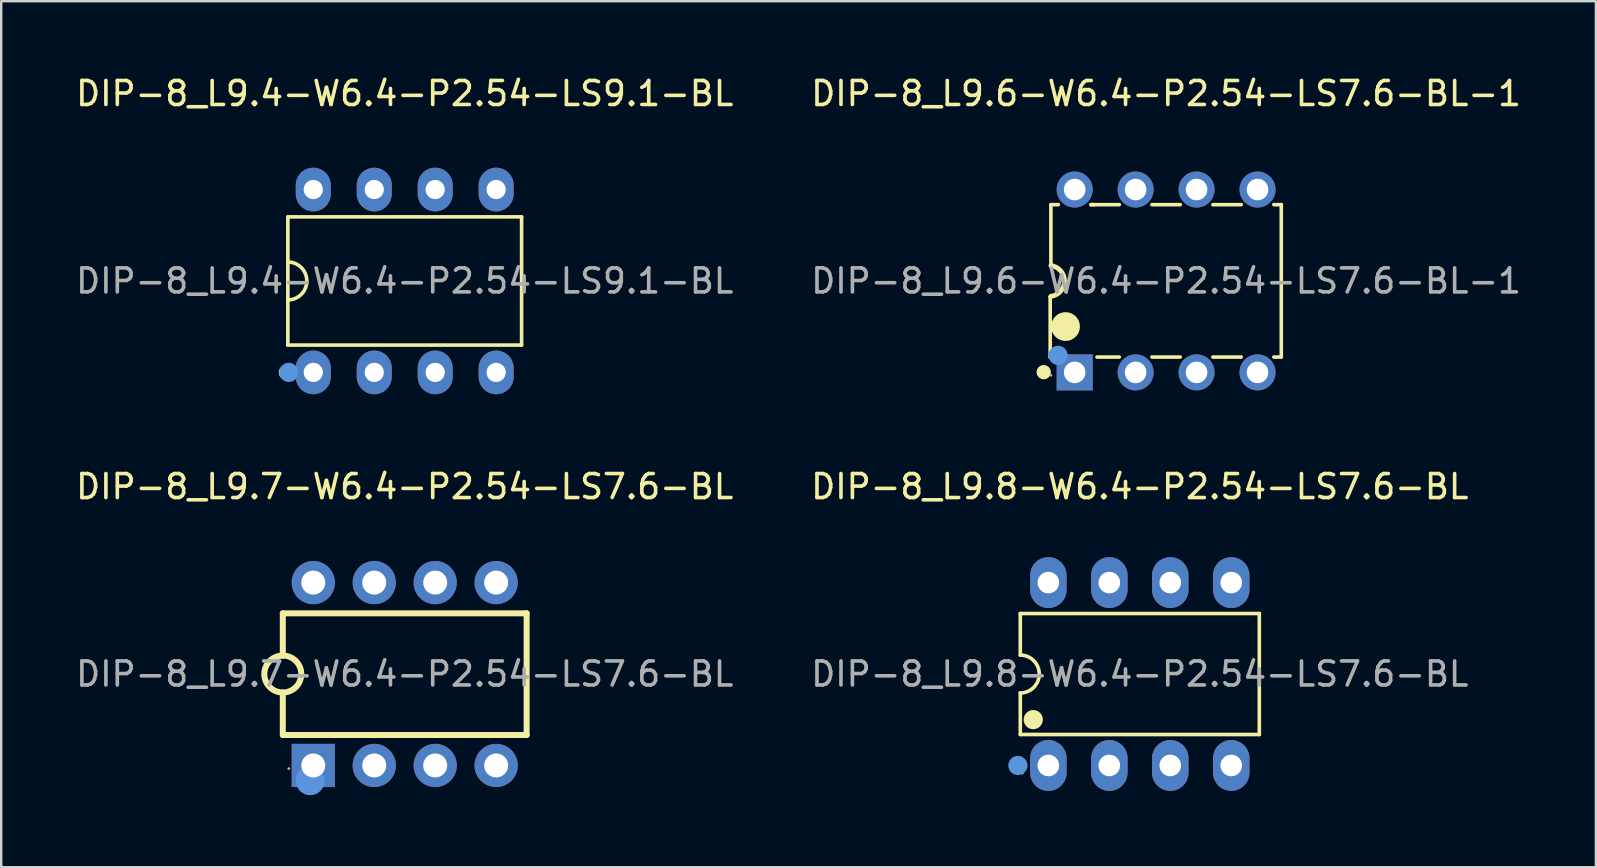
<source format=kicad_pcb>
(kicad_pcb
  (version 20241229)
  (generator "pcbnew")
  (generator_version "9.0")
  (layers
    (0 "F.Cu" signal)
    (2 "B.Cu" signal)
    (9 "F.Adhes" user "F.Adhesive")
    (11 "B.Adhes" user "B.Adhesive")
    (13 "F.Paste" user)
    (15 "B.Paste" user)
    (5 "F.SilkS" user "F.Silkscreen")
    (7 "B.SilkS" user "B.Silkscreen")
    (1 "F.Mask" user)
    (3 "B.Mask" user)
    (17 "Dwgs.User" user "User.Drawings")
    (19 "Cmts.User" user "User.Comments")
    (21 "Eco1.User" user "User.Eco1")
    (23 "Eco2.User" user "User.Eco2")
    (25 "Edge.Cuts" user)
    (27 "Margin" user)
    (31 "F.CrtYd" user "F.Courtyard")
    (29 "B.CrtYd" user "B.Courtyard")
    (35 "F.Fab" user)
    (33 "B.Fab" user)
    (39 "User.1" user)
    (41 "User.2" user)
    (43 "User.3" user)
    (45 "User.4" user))
  (footprint "DIP-8_L9.8-W6.4-P2.54-LS7.6-BL"
    (layer "F.Cu")
    (at 44.446 25.037)
    (property "Reference" "DIP-8_L9.8-W6.4-P2.54-LS7.6-BL" (at 0 -7.81 0) (layer "F.SilkS") (effects (font (size 1 1) (thickness 0.15))))
    (attr through_hole)
    (fp_line (start -4.98 -2.52) (end -4.98 -0.79) (stroke (width 0.15) (type solid)) (layer "F.SilkS"))
    (fp_line (start -4.98 0.79) (end -4.98 2.52) (stroke (width 0.15) (type solid)) (layer "F.SilkS"))
    (fp_line (start -4.98 2.52) (end 4.98 2.52) (stroke (width 0.15) (type solid)) (layer "F.SilkS"))
    (fp_line (start 4.98 -2.52) (end -4.98 -2.52) (stroke (width 0.15) (type solid)) (layer "F.SilkS"))
    (fp_line (start 4.98 2.52) (end 4.98 -2.52) (stroke (width 0.15) (type solid)) (layer "F.SilkS"))
    (fp_arc (start -4.98 -0.79) (mid -4.19 0) (end -4.98 0.79) (stroke (width 0.15) (type solid)) (layer "F.SilkS"))
    (fp_circle (center -5.08 3.81) (end -4.93 3.81) (stroke (width 0.3) (type solid)) (fill no) (layer "F.SilkS"))
    (fp_circle (center -4.44 1.9) (end -4.24 1.9) (stroke (width 0.4) (type solid)) (fill no) (layer "F.SilkS"))
    (fp_circle (center -5.08 3.81) (end -4.88 3.81) (stroke (width 0.4) (type solid)) (fill no) (layer "Cmts.User"))
    (fp_circle (center -4.9 4.13) (end -4.87 4.13) (stroke (width 0.06) (type solid)) (fill no) (layer "F.Fab"))
    (fp_text user "${REFERENCE}" (at 0 0 0) (layer "F.Fab") (effects (font (size 1 1) (thickness 0.15))))
    (pad "1" thru_hole oval (at -3.81 3.81) (size 1.52 2.12) (drill 0.9) (layers "*.Cu" "*.Paste" "*.Mask"))
    (pad "2" thru_hole oval (at -1.27 3.81) (size 1.52 2.12) (drill 0.9) (layers "*.Cu" "*.Paste" "*.Mask"))
    (pad "3" thru_hole oval (at 1.27 3.81) (size 1.52 2.12) (drill 0.9) (layers "*.Cu" "*.Paste" "*.Mask"))
    (pad "4" thru_hole oval (at 3.81 3.81) (size 1.52 2.12) (drill 0.9) (layers "*.Cu" "*.Paste" "*.Mask"))
    (pad "5" thru_hole oval (at 3.81 -3.81) (size 1.52 2.12) (drill 0.9) (layers "*.Cu" "*.Paste" "*.Mask"))
    (pad "6" thru_hole oval (at 1.27 -3.81) (size 1.52 2.12) (drill 0.9) (layers "*.Cu" "*.Paste" "*.Mask"))
    (pad "7" thru_hole oval (at -1.27 -3.81) (size 1.52 2.12) (drill 0.9) (layers "*.Cu" "*.Paste" "*.Mask"))
    (pad "8" thru_hole oval (at -3.81 -3.81) (size 1.52 2.12) (drill 0.9) (layers "*.Cu" "*.Paste" "*.Mask")))
  (footprint "DIP-8_L9.4-W6.4-P2.54-LS9.1-BL"
    (layer "F.Cu")
    (at 13.815 8.658)
    (property "Reference" "DIP-8_L9.4-W6.4-P2.54-LS9.1-BL" (at 0 -7.81 0) (layer "F.SilkS") (effects (font (size 1 1) (thickness 0.15))))
    (attr through_hole)
    (fp_line (start -4.87 -2.67) (end 4.87 -2.67) (stroke (width 0.15) (type solid)) (layer "F.SilkS"))
    (fp_line (start -4.87 2.67) (end -4.87 -2.67) (stroke (width 0.15) (type solid)) (layer "F.SilkS"))
    (fp_line (start 4.87 -2.67) (end 4.87 2.67) (stroke (width 0.15) (type solid)) (layer "F.SilkS"))
    (fp_line (start 4.87 2.67) (end -4.87 2.67) (stroke (width 0.15) (type solid)) (layer "F.SilkS"))
    (fp_arc (start -4.87 -0.79) (mid -4.08 0) (end -4.87 0.79) (stroke (width 0.15) (type solid)) (layer "F.SilkS"))
    (fp_circle (center -4.95 3.81) (end -4.8 3.81) (stroke (width 0.3) (type solid)) (fill no) (layer "F.SilkS"))
    (fp_circle (center -4.83 3.81) (end -4.63 3.81) (stroke (width 0.4) (type solid)) (fill no) (layer "Cmts.User"))
    (fp_circle (center -4.8 3.93) (end -4.77 3.93) (stroke (width 0.06) (type solid)) (fill no) (layer "F.Fab"))
    (fp_text user "${REFERENCE}" (at 0 0 0) (layer "F.Fab") (effects (font (size 1 1) (thickness 0.15))))
    (pad "1" thru_hole oval (at -3.81 3.81) (size 1.46 1.82) (drill 0.8) (layers "*.Cu" "*.Paste" "*.Mask"))
    (pad "2" thru_hole oval (at -1.27 3.81) (size 1.46 1.82) (drill 0.8) (layers "*.Cu" "*.Paste" "*.Mask"))
    (pad "3" thru_hole oval (at 1.27 3.81) (size 1.46 1.82) (drill 0.8) (layers "*.Cu" "*.Paste" "*.Mask"))
    (pad "4" thru_hole oval (at 3.81 3.81) (size 1.46 1.82) (drill 0.8) (layers "*.Cu" "*.Paste" "*.Mask"))
    (pad "5" thru_hole oval (at 3.81 -3.81) (size 1.46 1.82) (drill 0.8) (layers "*.Cu" "*.Paste" "*.Mask"))
    (pad "6" thru_hole oval (at 1.27 -3.81) (size 1.46 1.82) (drill 0.8) (layers "*.Cu" "*.Paste" "*.Mask"))
    (pad "7" thru_hole oval (at -1.27 -3.81) (size 1.46 1.82) (drill 0.8) (layers "*.Cu" "*.Paste" "*.Mask"))
    (pad "8" thru_hole oval (at -3.81 -3.81) (size 1.46 1.82) (drill 0.8) (layers "*.Cu" "*.Paste" "*.Mask")))
  (footprint "DIP-8_L9.7-W6.4-P2.54-LS7.6-BL"
    (layer "F.Cu")
    (at 13.815 25.037)
    (property "Reference" "DIP-8_L9.7-W6.4-P2.54-LS7.6-BL" (at 0 -7.81 0) (layer "F.SilkS") (effects (font (size 1 1) (thickness 0.15))))
    (attr through_hole)
    (fp_line (start -5.08 -2.53) (end 5.08 -2.53) (stroke (width 0.25) (type solid)) (layer "F.SilkS"))
    (fp_line (start -5.08 -0.76) (end -5.08 -2.53) (stroke (width 0.25) (type solid)) (layer "F.SilkS"))
    (fp_line (start -5.08 2.54) (end -5.08 0.77) (stroke (width 0.25) (type solid)) (layer "F.SilkS"))
    (fp_line (start -5.08 2.54) (end 5.08 2.54) (stroke (width 0.25) (type solid)) (layer "F.SilkS"))
    (fp_line (start 5.08 2.54) (end 5.08 -2.53) (stroke (width 0.25) (type solid)) (layer "F.SilkS"))
    (fp_arc (start -5.093438 0.769883) (mid -5.073281 -0.769971) (end -5.08 0.77) (stroke (width 0.25) (type solid)) (layer "F.SilkS"))
    (fp_circle (center -3.94 4.45) (end -3.64 4.45) (stroke (width 0.6) (type solid)) (fill no) (layer "Cmts.User"))
    (fp_circle (center -4.83 3.94) (end -4.8 3.94) (stroke (width 0.06) (type solid)) (fill no) (layer "F.Fab"))
    (fp_text user "${REFERENCE}" (at 0 0 0) (layer "F.Fab") (effects (font (size 1 1) (thickness 0.15))))
    (pad "1" thru_hole rect (at -3.81 3.81) (size 1.8 1.8) (drill 1) (layers "*.Cu" "*.Paste" "*.Mask"))
    (pad "2" thru_hole circle (at -1.27 3.81) (size 1.8 1.8) (drill 1) (layers "*.Cu" "*.Paste" "*.Mask"))
    (pad "3" thru_hole circle (at 1.27 3.81) (size 1.8 1.8) (drill 1) (layers "*.Cu" "*.Paste" "*.Mask"))
    (pad "4" thru_hole circle (at 3.81 3.81) (size 1.8 1.8) (drill 1) (layers "*.Cu" "*.Paste" "*.Mask"))
    (pad "5" thru_hole circle (at 3.81 -3.81) (size 1.8 1.8) (drill 1) (layers "*.Cu" "*.Paste" "*.Mask"))
    (pad "6" thru_hole circle (at 1.27 -3.81) (size 1.8 1.8) (drill 1) (layers "*.Cu" "*.Paste" "*.Mask"))
    (pad "7" thru_hole circle (at -1.27 -3.81) (size 1.8 1.8) (drill 1) (layers "*.Cu" "*.Paste" "*.Mask"))
    (pad "8" thru_hole circle (at -3.81 -3.81) (size 1.8 1.8) (drill 1) (layers "*.Cu" "*.Paste" "*.Mask")))
  (footprint "DIP-8_L9.6-W6.4-P2.54-LS7.6-BL-1"
    (layer "F.Cu")
    (at 45.542 8.658)
    (property "Reference" "DIP-8_L9.6-W6.4-P2.54-LS7.6-BL-1" (at 0 -7.81 0) (layer "F.SilkS") (effects (font (size 1 1) (thickness 0.15))))
    (attr through_hole)
    (fp_line (start -4.83 0.66) (end -4.8 0.63) (stroke (width 0.15) (type solid)) (layer "F.SilkS"))
    (fp_line (start -4.83 3.17) (end -4.83 0.66) (stroke (width 0.15) (type solid)) (layer "F.SilkS"))
    (fp_line (start -4.8 -3.18) (end -4.49 -3.18) (stroke (width 0.15) (type solid)) (layer "F.SilkS"))
    (fp_line (start -4.8 -0.64) (end -4.8 -3.18) (stroke (width 0.15) (type solid)) (layer "F.SilkS"))
    (fp_line (start -4.74 3.17) (end -4.83 3.17) (stroke (width 0.15) (type solid)) (layer "F.SilkS"))
    (fp_line (start -3.13 -3.18) (end -3 -3.18) (stroke (width 0.15) (type solid)) (layer "F.SilkS"))
    (fp_line (start -3.13 -3.18) (end -1.95 -3.18) (stroke (width 0.15) (type solid)) (layer "F.SilkS"))
    (fp_line (start -1.95 3.17) (end -2.88 3.17) (stroke (width 0.15) (type solid)) (layer "F.SilkS"))
    (fp_line (start -0.59 -3.18) (end 0.59 -3.18) (stroke (width 0.15) (type solid)) (layer "F.SilkS"))
    (fp_line (start 0.59 3.17) (end -0.59 3.17) (stroke (width 0.15) (type solid)) (layer "F.SilkS"))
    (fp_line (start 1.95 -3.18) (end 3.13 -3.18) (stroke (width 0.15) (type solid)) (layer "F.SilkS"))
    (fp_line (start 3.13 3.17) (end 1.95 3.17) (stroke (width 0.15) (type solid)) (layer "F.SilkS"))
    (fp_line (start 4.49 -3.18) (end 4.8 -3.18) (stroke (width 0.15) (type solid)) (layer "F.SilkS"))
    (fp_line (start 4.8 -3.18) (end 4.8 3.17) (stroke (width 0.15) (type solid)) (layer "F.SilkS"))
    (fp_line (start 4.8 3.17) (end 4.49 3.17) (stroke (width 0.15) (type solid)) (layer "F.SilkS"))
    (fp_arc (start -4.8 -0.64) (mid -4.23502 -0.00045) (end -4.799107 0.639888) (stroke (width 0.2) (type solid)) (layer "F.SilkS"))
    (fp_arc (start -4.19 1.9) (mid -4.19 1.9) (end -4.19 1.9) (stroke (width 0.6) (type solid)) (layer "F.SilkS"))
    (fp_circle (center -5.1 3.8) (end -4.95 3.8) (stroke (width 0.3) (type solid)) (fill no) (layer "F.SilkS"))
    (fp_circle (center -4.5 3.1) (end -4.3 3.1) (stroke (width 0.4) (type solid)) (fill no) (layer "Cmts.User"))
    (fp_circle (center -4.8 3.93) (end -4.77 3.93) (stroke (width 0.06) (type solid)) (fill no) (layer "F.Fab"))
    (fp_text user "${REFERENCE}" (at 0 0 0) (layer "F.Fab") (effects (font (size 1 1) (thickness 0.15))))
    (pad "1" thru_hole rect (at -3.81 3.81) (size 1.5 1.5) (drill 0.9) (layers "*.Cu" "*.Paste" "*.Mask"))
    (pad "2" thru_hole circle (at -1.27 3.81) (size 1.5 1.5) (drill 0.9) (layers "*.Cu" "*.Paste" "*.Mask"))
    (pad "3" thru_hole circle (at 1.27 3.81) (size 1.5 1.5) (drill 0.9) (layers "*.Cu" "*.Paste" "*.Mask"))
    (pad "4" thru_hole circle (at 3.81 3.81) (size 1.5 1.5) (drill 0.9) (layers "*.Cu" "*.Paste" "*.Mask"))
    (pad "5" thru_hole circle (at 3.81 -3.81) (size 1.5 1.5) (drill 0.9) (layers "*.Cu" "*.Paste" "*.Mask"))
    (pad "6" thru_hole circle (at 1.27 -3.81) (size 1.5 1.5) (drill 0.9) (layers "*.Cu" "*.Paste" "*.Mask"))
    (pad "7" thru_hole circle (at -1.27 -3.81) (size 1.5 1.5) (drill 0.9) (layers "*.Cu" "*.Paste" "*.Mask"))
    (pad "8" thru_hole circle (at -3.81 -3.81) (size 1.5 1.5) (drill 0.9) (layers "*.Cu" "*.Paste" "*.Mask")))
  (gr_rect
    (start -3 -3)
    (end 63.452 33.087)
    (stroke (width 0.1) (type default))
    (fill no)
    (layer "Edge.Cuts")))
</source>
